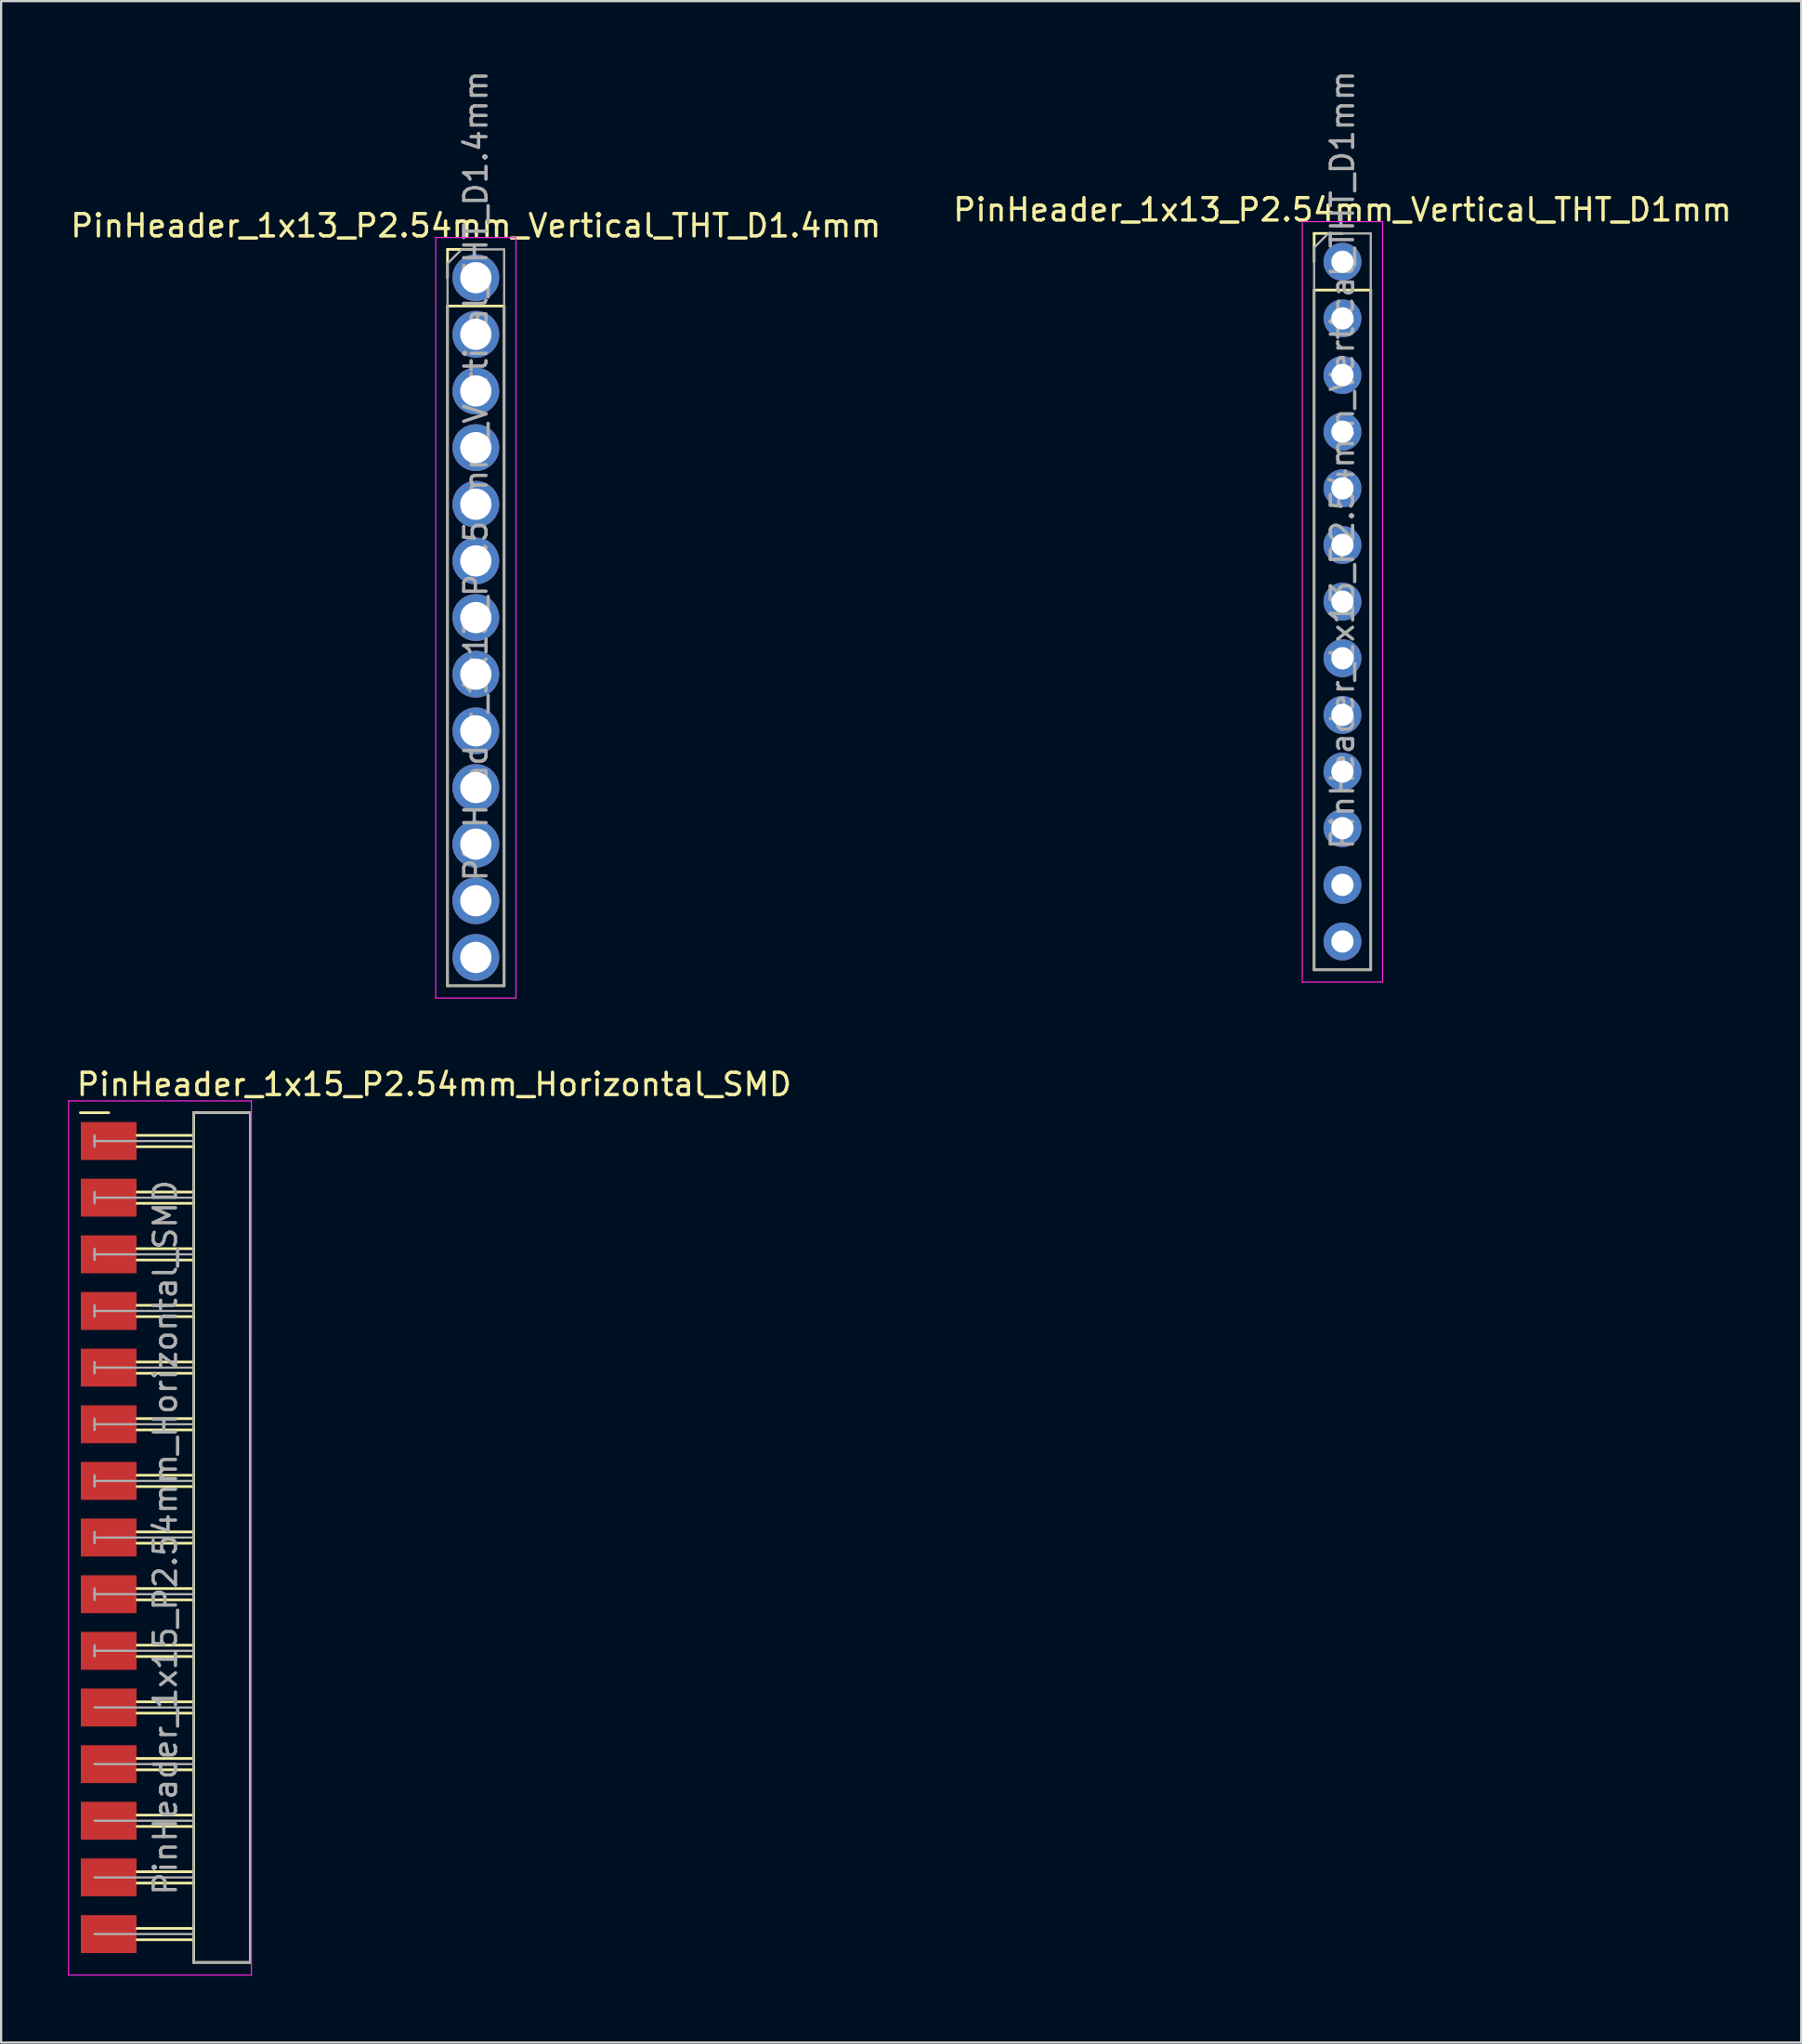
<source format=kicad_pcb>
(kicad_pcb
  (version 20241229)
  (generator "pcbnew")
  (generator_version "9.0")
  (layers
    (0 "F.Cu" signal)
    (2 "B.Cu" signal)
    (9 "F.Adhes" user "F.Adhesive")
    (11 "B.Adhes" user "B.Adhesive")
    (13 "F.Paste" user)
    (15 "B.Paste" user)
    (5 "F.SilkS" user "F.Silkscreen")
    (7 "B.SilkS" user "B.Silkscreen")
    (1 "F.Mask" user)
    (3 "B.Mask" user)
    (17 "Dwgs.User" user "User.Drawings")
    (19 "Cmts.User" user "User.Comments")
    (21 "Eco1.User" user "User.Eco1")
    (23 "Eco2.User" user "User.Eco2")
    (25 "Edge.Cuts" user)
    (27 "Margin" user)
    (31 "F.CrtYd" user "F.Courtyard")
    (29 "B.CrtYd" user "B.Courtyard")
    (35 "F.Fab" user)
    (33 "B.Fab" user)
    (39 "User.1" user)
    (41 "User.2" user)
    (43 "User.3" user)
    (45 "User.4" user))
  (footprint "PinHeader_1x13_P2.54mm_Vertical_THT_D1mm"
    (layer "F.Cu")
    (at 57.161 8.687)
    (property "Reference" "PinHeader_1x13_P2.54mm_Vertical_THT_D1mm" (at 0 -2.33 0) (layer "F.SilkS") (effects (font (size 1 1) (thickness 0.15))))
    (attr through_hole)
    (fp_line (start -1.27 -1.27) (end 0 -1.27) (stroke (width 0.12) (type solid)) (layer "F.SilkS"))
    (fp_line (start -1.27 0) (end -1.27 -1.27) (stroke (width 0.12) (type solid)) (layer "F.SilkS"))
    (fp_line (start -1.27 1.27) (end -1.27 31.75) (stroke (width 0.12) (type solid)) (layer "F.SilkS"))
    (fp_line (start -1.27 1.27) (end 1.27 1.27) (stroke (width 0.12) (type solid)) (layer "F.SilkS"))
    (fp_line (start -1.27 31.75) (end 1.27 31.75) (stroke (width 0.12) (type solid)) (layer "F.SilkS"))
    (fp_line (start 1.27 1.27) (end 1.27 31.75) (stroke (width 0.12) (type solid)) (layer "F.SilkS"))
    (fp_line (start -1.8 -1.8) (end -1.8 32.3) (stroke (width 0.05) (type solid)) (layer "F.CrtYd"))
    (fp_line (start -1.8 32.3) (end 1.8 32.3) (stroke (width 0.05) (type solid)) (layer "F.CrtYd"))
    (fp_line (start 1.8 -1.8) (end -1.8 -1.8) (stroke (width 0.05) (type solid)) (layer "F.CrtYd"))
    (fp_line (start 1.8 32.3) (end 1.8 -1.8) (stroke (width 0.05) (type solid)) (layer "F.CrtYd"))
    (fp_line (start -1.27 -0.635) (end -0.635 -1.27) (stroke (width 0.1) (type solid)) (layer "F.Fab"))
    (fp_line (start -1.27 31.75) (end -1.27 -0.635) (stroke (width 0.1) (type solid)) (layer "F.Fab"))
    (fp_line (start -0.635 -1.27) (end 1.27 -1.27) (stroke (width 0.1) (type solid)) (layer "F.Fab"))
    (fp_line (start 1.27 -1.27) (end 1.27 31.75) (stroke (width 0.1) (type solid)) (layer "F.Fab"))
    (fp_line (start 1.27 31.75) (end -1.27 31.75) (stroke (width 0.1) (type solid)) (layer "F.Fab"))
    (fp_text user "${REFERENCE}" (at 0 8.89 90) (layer "F.Fab") (effects (font (size 1 1) (thickness 0.15))))
    (pad "1" thru_hole circle (at 0 0) (size 1.7 1.7) (drill 1) (layers "*.Cu" "*.Mask"))
    (pad "2" thru_hole oval (at 0 2.54) (size 1.7 1.7) (drill 1) (layers "*.Cu" "*.Mask"))
    (pad "3" thru_hole oval (at 0 5.08) (size 1.7 1.7) (drill 1) (layers "*.Cu" "*.Mask"))
    (pad "4" thru_hole oval (at 0 7.62) (size 1.7 1.7) (drill 1) (layers "*.Cu" "*.Mask"))
    (pad "5" thru_hole oval (at 0 10.16) (size 1.7 1.7) (drill 1) (layers "*.Cu" "*.Mask"))
    (pad "6" thru_hole oval (at 0 12.7) (size 1.7 1.7) (drill 1) (layers "*.Cu" "*.Mask"))
    (pad "7" thru_hole oval (at 0 15.24) (size 1.7 1.7) (drill 1) (layers "*.Cu" "*.Mask"))
    (pad "8" thru_hole oval (at 0 17.78) (size 1.7 1.7) (drill 1) (layers "*.Cu" "*.Mask"))
    (pad "9" thru_hole oval (at 0 20.32) (size 1.7 1.7) (drill 1) (layers "*.Cu" "*.Mask"))
    (pad "10" thru_hole oval (at 0 22.86) (size 1.7 1.7) (drill 1) (layers "*.Cu" "*.Mask"))
    (pad "11" thru_hole oval (at 0 25.4) (size 1.7 1.7) (drill 1) (layers "*.Cu" "*.Mask"))
    (pad "12" thru_hole oval (at 0 27.94) (size 1.7 1.7) (drill 1) (layers "*.Cu" "*.Mask"))
    (pad "13" thru_hole oval (at 0 30.48) (size 1.7 1.7) (drill 1) (layers "*.Cu" "*.Mask")))
  (footprint "PinHeader_1x13_P2.54mm_Vertical_THT_D1.4mm"
    (layer "F.Cu")
    (at 18.292 9.402)
    (property "Reference" "PinHeader_1x13_P2.54mm_Vertical_THT_D1.4mm" (at 0 -2.33 0) (layer "F.SilkS") (effects (font (size 1 1) (thickness 0.15))))
    (attr through_hole)
    (fp_line (start -1.27 -1.27) (end 0 -1.27) (stroke (width 0.12) (type solid)) (layer "F.SilkS"))
    (fp_line (start -1.27 0) (end -1.27 -1.27) (stroke (width 0.12) (type solid)) (layer "F.SilkS"))
    (fp_line (start -1.27 1.27) (end -1.27 31.75) (stroke (width 0.12) (type solid)) (layer "F.SilkS"))
    (fp_line (start -1.27 1.27) (end 1.27 1.27) (stroke (width 0.12) (type solid)) (layer "F.SilkS"))
    (fp_line (start -1.27 31.75) (end 1.27 31.75) (stroke (width 0.12) (type solid)) (layer "F.SilkS"))
    (fp_line (start 1.27 1.27) (end 1.27 31.75) (stroke (width 0.12) (type solid)) (layer "F.SilkS"))
    (fp_line (start -1.8 -1.8) (end -1.8 32.3) (stroke (width 0.05) (type solid)) (layer "F.CrtYd"))
    (fp_line (start -1.8 32.3) (end 1.8 32.3) (stroke (width 0.05) (type solid)) (layer "F.CrtYd"))
    (fp_line (start 1.8 -1.8) (end -1.8 -1.8) (stroke (width 0.05) (type solid)) (layer "F.CrtYd"))
    (fp_line (start 1.8 32.3) (end 1.8 -1.8) (stroke (width 0.05) (type solid)) (layer "F.CrtYd"))
    (fp_line (start -1.27 -0.635) (end -0.635 -1.27) (stroke (width 0.1) (type solid)) (layer "F.Fab"))
    (fp_line (start -1.27 31.75) (end -1.27 -0.635) (stroke (width 0.1) (type solid)) (layer "F.Fab"))
    (fp_line (start -0.635 -1.27) (end 1.27 -1.27) (stroke (width 0.1) (type solid)) (layer "F.Fab"))
    (fp_line (start 1.27 -1.27) (end 1.27 31.75) (stroke (width 0.1) (type solid)) (layer "F.Fab"))
    (fp_line (start 1.27 31.75) (end -1.27 31.75) (stroke (width 0.1) (type solid)) (layer "F.Fab"))
    (fp_text user "${REFERENCE}" (at 0 8.89 90) (layer "F.Fab") (effects (font (size 1 1) (thickness 0.15))))
    (pad "1" thru_hole circle (at 0 0) (size 2.1 2.1) (drill 1.4) (layers "*.Cu" "*.Mask"))
    (pad "2" thru_hole circle (at 0 2.54) (size 2.1 2.1) (drill 1.4) (layers "*.Cu" "*.Mask"))
    (pad "3" thru_hole circle (at 0 5.08) (size 2.1 2.1) (drill 1.4) (layers "*.Cu" "*.Mask"))
    (pad "4" thru_hole circle (at 0 7.62) (size 2.1 2.1) (drill 1.4) (layers "*.Cu" "*.Mask"))
    (pad "5" thru_hole circle (at 0 10.16) (size 2.1 2.1) (drill 1.4) (layers "*.Cu" "*.Mask"))
    (pad "6" thru_hole circle (at 0 12.7) (size 2.1 2.1) (drill 1.4) (layers "*.Cu" "*.Mask"))
    (pad "7" thru_hole circle (at 0 15.24) (size 2.1 2.1) (drill 1.4) (layers "*.Cu" "*.Mask"))
    (pad "8" thru_hole circle (at 0 17.78) (size 2.1 2.1) (drill 1.4) (layers "*.Cu" "*.Mask"))
    (pad "9" thru_hole circle (at 0 20.32) (size 2.1 2.1) (drill 1.4) (layers "*.Cu" "*.Mask"))
    (pad "10" thru_hole circle (at 0 22.86) (size 2.1 2.1) (drill 1.4) (layers "*.Cu" "*.Mask"))
    (pad "11" thru_hole circle (at 0 25.4) (size 2.1 2.1) (drill 1.4) (layers "*.Cu" "*.Mask"))
    (pad "12" thru_hole circle (at 0 27.94) (size 2.1 2.1) (drill 1.4) (layers "*.Cu" "*.Mask"))
    (pad "13" thru_hole circle (at 0 30.48) (size 2.1 2.1) (drill 1.4) (layers "*.Cu" "*.Mask")))
  (footprint "PinHeader_1x15_P2.54mm_Horizontal_SMD"
    (layer "F.Cu")
    (at 1.825 48.115)
    (property "Reference" "PinHeader_1x15_P2.54mm_Horizontal_SMD" (at -1.524 -2.54 180) (layer "F.SilkS") (effects (font (size 1 1) (thickness 0.15)) (justify left)))
    (attr smd)
    (fp_line (start -1.27 -1.27) (end 0 -1.27) (stroke (width 0.12) (type solid)) (layer "F.SilkS"))
    (fp_line (start 3.81 -1.27) (end 6.35 -1.27) (stroke (width 0.12) (type solid)) (layer "F.SilkS"))
    (fp_line (start 3.81 -0.254) (end 1.27 -0.254) (stroke (width 0.12) (type solid)) (layer "F.SilkS"))
    (fp_line (start 3.81 0.254) (end 1.27 0.254) (stroke (width 0.12) (type solid)) (layer "F.SilkS"))
    (fp_line (start 3.81 2.286) (end 1.27 2.286) (stroke (width 0.12) (type solid)) (layer "F.SilkS"))
    (fp_line (start 3.81 2.794) (end 1.27 2.794) (stroke (width 0.12) (type solid)) (layer "F.SilkS"))
    (fp_line (start 3.81 4.826) (end 1.27 4.826) (stroke (width 0.12) (type solid)) (layer "F.SilkS"))
    (fp_line (start 3.81 5.334) (end 1.27 5.334) (stroke (width 0.12) (type solid)) (layer "F.SilkS"))
    (fp_line (start 3.81 7.366) (end 1.27 7.366) (stroke (width 0.12) (type solid)) (layer "F.SilkS"))
    (fp_line (start 3.81 7.874) (end 1.27 7.874) (stroke (width 0.12) (type solid)) (layer "F.SilkS"))
    (fp_line (start 3.81 9.906) (end 1.27 9.906) (stroke (width 0.12) (type solid)) (layer "F.SilkS"))
    (fp_line (start 3.81 10.414) (end 1.27 10.414) (stroke (width 0.12) (type solid)) (layer "F.SilkS"))
    (fp_line (start 3.81 12.446) (end 1.27 12.446) (stroke (width 0.12) (type solid)) (layer "F.SilkS"))
    (fp_line (start 3.81 12.954) (end 1.27 12.954) (stroke (width 0.12) (type solid)) (layer "F.SilkS"))
    (fp_line (start 3.81 14.986) (end 1.27 14.986) (stroke (width 0.12) (type solid)) (layer "F.SilkS"))
    (fp_line (start 3.81 15.494) (end 1.27 15.494) (stroke (width 0.12) (type solid)) (layer "F.SilkS"))
    (fp_line (start 3.81 17.526) (end 1.27 17.526) (stroke (width 0.12) (type solid)) (layer "F.SilkS"))
    (fp_line (start 3.81 18.034) (end 1.27 18.034) (stroke (width 0.12) (type solid)) (layer "F.SilkS"))
    (fp_line (start 3.81 20.066) (end 1.27 20.066) (stroke (width 0.12) (type solid)) (layer "F.SilkS"))
    (fp_line (start 3.81 20.574) (end 1.27 20.574) (stroke (width 0.12) (type solid)) (layer "F.SilkS"))
    (fp_line (start 3.81 22.606) (end 1.27 22.606) (stroke (width 0.12) (type solid)) (layer "F.SilkS"))
    (fp_line (start 3.81 23.114) (end 1.27 23.114) (stroke (width 0.12) (type solid)) (layer "F.SilkS"))
    (fp_line (start 3.81 25.146) (end 1.27 25.146) (stroke (width 0.12) (type solid)) (layer "F.SilkS"))
    (fp_line (start 3.81 25.654) (end 1.27 25.654) (stroke (width 0.12) (type solid)) (layer "F.SilkS"))
    (fp_line (start 3.81 27.686) (end 1.27 27.686) (stroke (width 0.12) (type solid)) (layer "F.SilkS"))
    (fp_line (start 3.81 28.194) (end 1.27 28.194) (stroke (width 0.12) (type solid)) (layer "F.SilkS"))
    (fp_line (start 3.81 30.226) (end 1.27 30.226) (stroke (width 0.12) (type solid)) (layer "F.SilkS"))
    (fp_line (start 3.81 30.734) (end 1.27 30.734) (stroke (width 0.12) (type solid)) (layer "F.SilkS"))
    (fp_line (start 3.81 32.766) (end 1.27 32.766) (stroke (width 0.12) (type solid)) (layer "F.SilkS"))
    (fp_line (start 3.81 33.274) (end 1.27 33.274) (stroke (width 0.12) (type solid)) (layer "F.SilkS"))
    (fp_line (start 3.81 35.306) (end 1.27 35.306) (stroke (width 0.12) (type solid)) (layer "F.SilkS"))
    (fp_line (start 3.81 35.814) (end 1.27 35.814) (stroke (width 0.12) (type solid)) (layer "F.SilkS"))
    (fp_line (start 3.81 36.83) (end 3.81 -1.27) (stroke (width 0.12) (type solid)) (layer "F.SilkS"))
    (fp_line (start 6.35 -1.27) (end 6.35 36.83) (stroke (width 0.12) (type solid)) (layer "F.SilkS"))
    (fp_line (start 6.35 36.83) (end 3.81 36.83) (stroke (width 0.12) (type solid)) (layer "F.SilkS"))
    (fp_line (start -1.8 -1.8) (end -1.8 37.4) (stroke (width 0.05) (type solid)) (layer "F.CrtYd"))
    (fp_line (start -1.8 37.4) (end 6.4 37.4) (stroke (width 0.05) (type solid)) (layer "F.CrtYd"))
    (fp_line (start 6.4 -1.8) (end -1.8 -1.8) (stroke (width 0.05) (type solid)) (layer "F.CrtYd"))
    (fp_line (start 6.4 37.4) (end 6.4 -1.8) (stroke (width 0.05) (type solid)) (layer "F.CrtYd"))
    (fp_line (start -0.635 -0.254) (end -0.635 0.254) (stroke (width 0.1) (type solid)) (layer "F.Fab"))
    (fp_line (start -0.635 2.286) (end -0.635 2.794) (stroke (width 0.1) (type solid)) (layer "F.Fab"))
    (fp_line (start -0.635 4.826) (end -0.635 5.334) (stroke (width 0.1) (type solid)) (layer "F.Fab"))
    (fp_line (start -0.635 7.366) (end -0.635 7.874) (stroke (width 0.1) (type solid)) (layer "F.Fab"))
    (fp_line (start -0.635 9.906) (end -0.635 10.414) (stroke (width 0.1) (type solid)) (layer "F.Fab"))
    (fp_line (start -0.635 12.446) (end -0.635 12.954) (stroke (width 0.1) (type solid)) (layer "F.Fab"))
    (fp_line (start -0.635 14.986) (end -0.635 15.494) (stroke (width 0.1) (type solid)) (layer "F.Fab"))
    (fp_line (start -0.635 17.526) (end -0.635 18.034) (stroke (width 0.1) (type solid)) (layer "F.Fab"))
    (fp_line (start -0.635 20.066) (end -0.635 20.574) (stroke (width 0.1) (type solid)) (layer "F.Fab"))
    (fp_line (start -0.635 22.606) (end -0.635 23.114) (stroke (width 0.1) (type solid)) (layer "F.Fab"))
    (fp_line (start 3.8 -1.27) (end 6.34 -1.27) (stroke (width 0.1) (type solid)) (layer "F.Fab"))
    (fp_line (start 3.8 36.83) (end 3.8 -1.27) (stroke (width 0.1) (type solid)) (layer "F.Fab"))
    (fp_line (start 3.8 36.83) (end 6.35 36.83) (stroke (width 0.1) (type solid)) (layer "F.Fab"))
    (fp_line (start 3.81 0) (end -0.635 0) (stroke (width 0.1) (type solid)) (layer "F.Fab"))
    (fp_line (start 3.81 2.54) (end -0.635 2.54) (stroke (width 0.1) (type solid)) (layer "F.Fab"))
    (fp_line (start 3.81 5.08) (end -0.635 5.08) (stroke (width 0.1) (type solid)) (layer "F.Fab"))
    (fp_line (start 3.81 7.62) (end -0.635 7.62) (stroke (width 0.1) (type solid)) (layer "F.Fab"))
    (fp_line (start 3.81 10.16) (end -0.635 10.16) (stroke (width 0.1) (type solid)) (layer "F.Fab"))
    (fp_line (start 3.81 12.7) (end -0.635 12.7) (stroke (width 0.1) (type solid)) (layer "F.Fab"))
    (fp_line (start 3.81 15.24) (end -0.635 15.24) (stroke (width 0.1) (type solid)) (layer "F.Fab"))
    (fp_line (start 3.81 17.78) (end -0.635 17.78) (stroke (width 0.1) (type solid)) (layer "F.Fab"))
    (fp_line (start 3.81 20.32) (end -0.635 20.32) (stroke (width 0.1) (type solid)) (layer "F.Fab"))
    (fp_line (start 3.81 22.86) (end -0.635 22.86) (stroke (width 0.1) (type solid)) (layer "F.Fab"))
    (fp_line (start 3.81 25.4) (end -0.635 25.4) (stroke (width 0.1) (type solid)) (layer "F.Fab"))
    (fp_line (start 3.81 27.94) (end -0.635 27.94) (stroke (width 0.1) (type solid)) (layer "F.Fab"))
    (fp_line (start 3.81 30.48) (end -0.635 30.48) (stroke (width 0.1) (type solid)) (layer "F.Fab"))
    (fp_line (start 3.81 33.02) (end -0.635 33.02) (stroke (width 0.1) (type solid)) (layer "F.Fab"))
    (fp_line (start 3.81 35.56) (end -0.635 35.56) (stroke (width 0.1) (type solid)) (layer "F.Fab"))
    (fp_line (start 6.34 -1.27) (end 6.35 36.83) (stroke (width 0.1) (type solid)) (layer "F.Fab"))
    (fp_text user "${REFERENCE}" (at 2.54 17.78 90) (layer "F.Fab") (effects (font (size 1 1) (thickness 0.15))))
    (pad "1" smd rect (at 0 0) (size 2.5 1.7) (layers "F.Cu" "F.Mask" "F.Paste"))
    (pad "2" smd rect (at 0 2.54) (size 2.5 1.7) (layers "F.Cu" "F.Mask" "F.Paste"))
    (pad "3" smd rect (at 0 5.08) (size 2.5 1.7) (layers "F.Cu" "F.Mask" "F.Paste"))
    (pad "4" smd rect (at 0 7.62) (size 2.5 1.7) (layers "F.Cu" "F.Mask" "F.Paste"))
    (pad "5" smd rect (at 0 10.16) (size 2.5 1.7) (layers "F.Cu" "F.Mask" "F.Paste"))
    (pad "6" smd rect (at 0 12.7) (size 2.5 1.7) (layers "F.Cu" "F.Mask" "F.Paste"))
    (pad "7" smd rect (at 0 15.24) (size 2.5 1.7) (layers "F.Cu" "F.Mask" "F.Paste"))
    (pad "8" smd rect (at 0 17.78) (size 2.5 1.7) (layers "F.Cu" "F.Mask" "F.Paste"))
    (pad "9" smd rect (at 0 20.32) (size 2.5 1.7) (layers "F.Cu" "F.Mask" "F.Paste"))
    (pad "10" smd rect (at 0 22.86) (size 2.5 1.7) (layers "F.Cu" "F.Mask" "F.Paste"))
    (pad "11" smd rect (at 0 25.4) (size 2.5 1.7) (layers "F.Cu" "F.Mask" "F.Paste"))
    (pad "12" smd rect (at 0 27.94) (size 2.5 1.7) (layers "F.Cu" "F.Mask" "F.Paste"))
    (pad "13" smd rect (at 0 30.48) (size 2.5 1.7) (layers "F.Cu" "F.Mask" "F.Paste"))
    (pad "14" smd rect (at 0 33.02) (size 2.5 1.7) (layers "F.Cu" "F.Mask" "F.Paste"))
    (pad "15" smd rect (at 0 35.56) (size 2.5 1.7) (layers "F.Cu" "F.Mask" "F.Paste")))
  (gr_rect
    (start -3 -3)
    (end 77.738 88.54)
    (stroke (width 0.1) (type default))
    (fill no)
    (layer "Edge.Cuts")))
</source>
